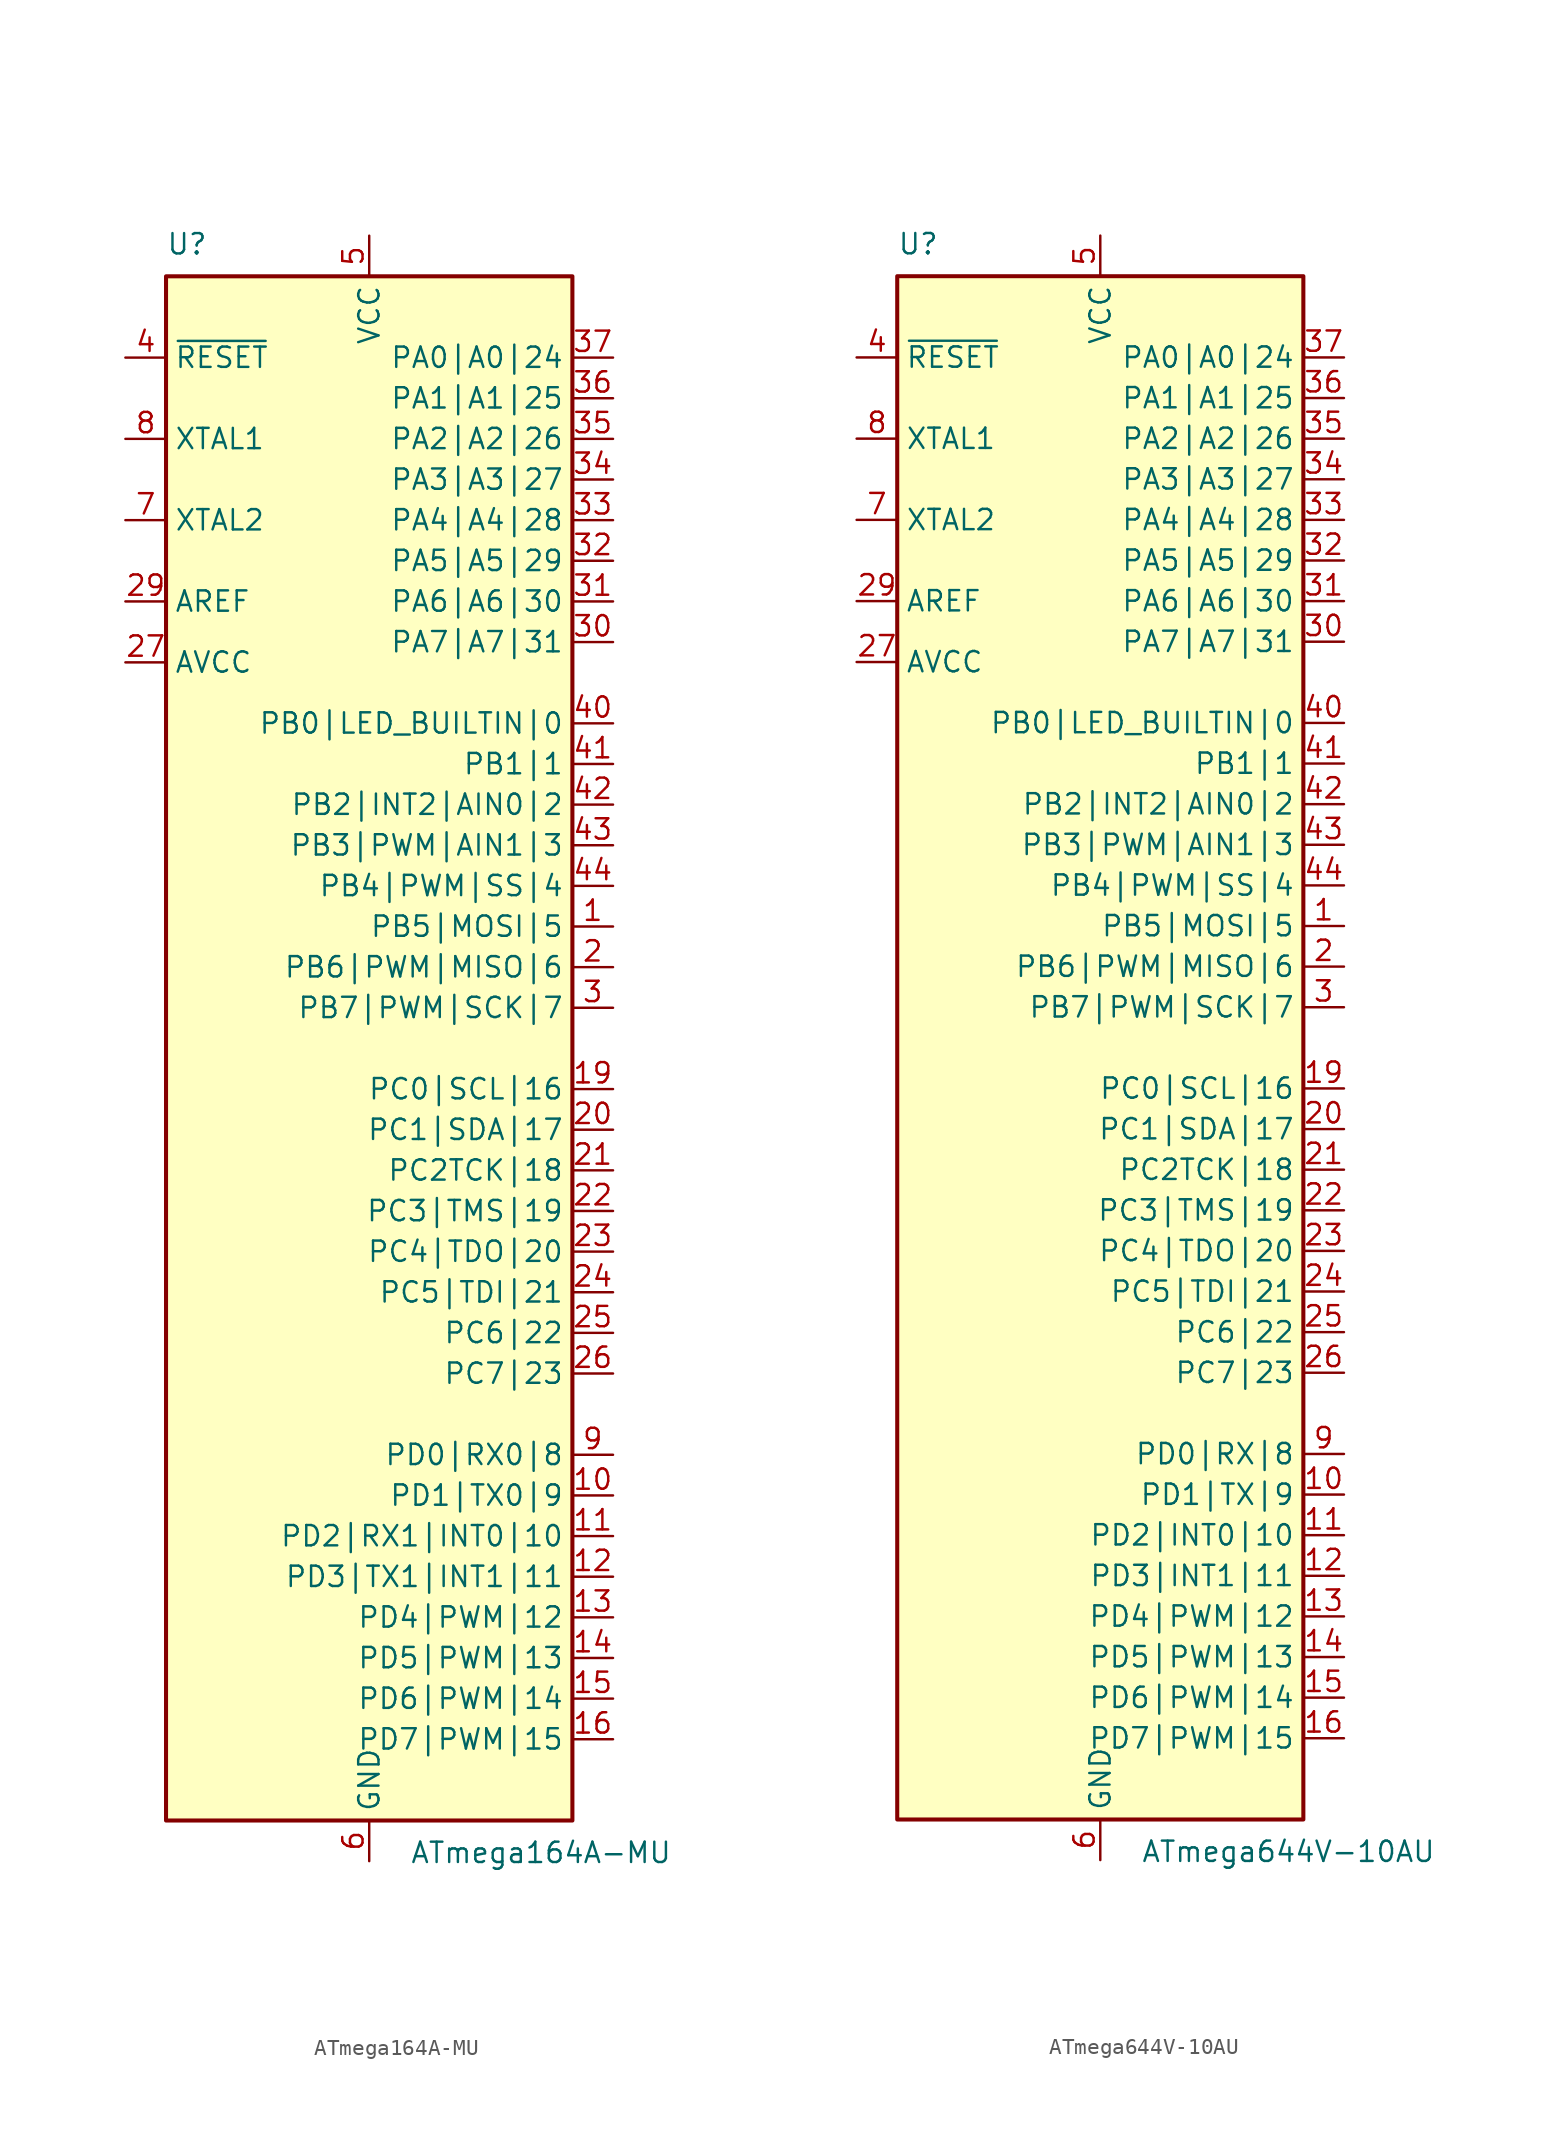
<source format=kicad_sym>
(kicad_symbol_lib
  (version 20241209)
  (generator "kicad_symbol_editor")
  (generator_version "9.0")
  (symbol "ATmega164A-MU"
    (property "Reference" "U"
      (at -12.7 49.53 0)
      (effects (font (size 1.27 1.27)) (justify left bottom)))
    (property "Value" "ATmega164A-MU"
      (at 2.54 -49.53 0)
      (effects (font (size 1.27 1.27)) (justify left top)))
    (symbol "ATmega164A-MU_1_1"
      (rectangle (start -12.7 -48.26) (end 12.7 48.26) (stroke (width 0.254) (type solid)) (fill (type background)))
      (pin input line (at -15.24 43.18 0) (length 2.54) (name "~{RESET}" (effects (font (size 1.27 1.27)))) (number "4" (effects (font (size 1.27 1.27)))))
      (pin input line (at -15.24 38.1 0) (length 2.54) (name "XTAL1" (effects (font (size 1.27 1.27)))) (number "8" (effects (font (size 1.27 1.27)))))
      (pin output line (at -15.24 33.02 0) (length 2.54) (name "XTAL2" (effects (font (size 1.27 1.27)))) (number "7" (effects (font (size 1.27 1.27)))))
      (pin passive line (at -15.24 27.94 0) (length 2.54) (name "AREF" (effects (font (size 1.27 1.27)))) (number "29" (effects (font (size 1.27 1.27)))))
      (pin power_in line (at -15.24 24.13 0) (length 2.54) (name "AVCC" (effects (font (size 1.27 1.27)))) (number "27" (effects (font (size 1.27 1.27)))))
      (pin passive line (at 0 50.8 270) (length 2.54) (hide yes) (name "VCC" (effects (font (size 1.27 1.27)))) (number "17" (effects (font (size 1.27 1.27)))))
      (pin passive line (at 0 50.8 270) (length 2.54) (hide yes) (name "VCC" (effects (font (size 1.27 1.27)))) (number "38" (effects (font (size 1.27 1.27)))))
      (pin power_in line (at 0 50.8 270) (length 2.54) (name "VCC" (effects (font (size 1.27 1.27)))) (number "5" (effects (font (size 1.27 1.27)))))
      (pin passive line (at 0 -50.8 90) (length 2.54) (hide yes) (name "GND" (effects (font (size 1.27 1.27)))) (number "18" (effects (font (size 1.27 1.27)))))
      (pin passive line (at 0 -50.8 90) (length 2.54) (hide yes) (name "GND" (effects (font (size 1.27 1.27)))) (number "28" (effects (font (size 1.27 1.27)))))
      (pin passive line (at 0 -50.8 90) (length 2.54) (hide yes) (name "GND" (effects (font (size 1.27 1.27)))) (number "39" (effects (font (size 1.27 1.27)))))
      (pin passive line (at 0 -50.8 90) (length 2.54) (hide yes) (name "GND" (effects (font (size 1.27 1.27)))) (number "45" (effects (font (size 1.27 1.27)))))
      (pin power_in line (at 0 -50.8 90) (length 2.54) (name "GND" (effects (font (size 1.27 1.27)))) (number "6" (effects (font (size 1.27 1.27)))))
      (pin bidirectional line (at 15.24 43.18 180) (length 2.54) (name "PA0|A0|24" (effects (font (size 1.27 1.27)))) (number "37" (effects (font (size 1.27 1.27)))))
      (pin bidirectional line (at 15.24 40.64 180) (length 2.54) (name "PA1|A1|25" (effects (font (size 1.27 1.27)))) (number "36" (effects (font (size 1.27 1.27)))))
      (pin bidirectional line (at 15.24 38.1 180) (length 2.54) (name "PA2|A2|26" (effects (font (size 1.27 1.27)))) (number "35" (effects (font (size 1.27 1.27)))))
      (pin bidirectional line (at 15.24 35.56 180) (length 2.54) (name "PA3|A3|27" (effects (font (size 1.27 1.27)))) (number "34" (effects (font (size 1.27 1.27)))))
      (pin bidirectional line (at 15.24 33.02 180) (length 2.54) (name "PA4|A4|28" (effects (font (size 1.27 1.27)))) (number "33" (effects (font (size 1.27 1.27)))))
      (pin bidirectional line (at 15.24 30.48 180) (length 2.54) (name "PA5|A5|29" (effects (font (size 1.27 1.27)))) (number "32" (effects (font (size 1.27 1.27)))))
      (pin bidirectional line (at 15.24 27.94 180) (length 2.54) (name "PA6|A6|30" (effects (font (size 1.27 1.27)))) (number "31" (effects (font (size 1.27 1.27)))))
      (pin bidirectional line (at 15.24 25.4 180) (length 2.54) (name "PA7|A7|31" (effects (font (size 1.27 1.27)))) (number "30" (effects (font (size 1.27 1.27)))))
      (pin bidirectional line (at 15.24 20.32 180) (length 2.54) (name "PB0|LED_BUILTIN|0" (effects (font (size 1.27 1.27)))) (number "40" (effects (font (size 1.27 1.27)))))
      (pin bidirectional line (at 15.24 17.78 180) (length 2.54) (name "PB1|1" (effects (font (size 1.27 1.27)))) (number "41" (effects (font (size 1.27 1.27)))))
      (pin bidirectional line (at 15.24 15.24 180) (length 2.54) (name "PB2|INT2|AIN0|2" (effects (font (size 1.27 1.27)))) (number "42" (effects (font (size 1.27 1.27)))))
      (pin bidirectional line (at 15.24 12.7 180) (length 2.54) (name "PB3|PWM|AIN1|3" (effects (font (size 1.27 1.27)))) (number "43" (effects (font (size 1.27 1.27)))))
      (pin bidirectional line (at 15.24 10.16 180) (length 2.54) (name "PB4|PWM|SS|4" (effects (font (size 1.27 1.27)))) (number "44" (effects (font (size 1.27 1.27)))))
      (pin bidirectional line (at 15.24 7.62 180) (length 2.54) (name "PB5|MOSI|5" (effects (font (size 1.27 1.27)))) (number "1" (effects (font (size 1.27 1.27)))))
      (pin bidirectional line (at 15.24 5.08 180) (length 2.54) (name "PB6|PWM|MISO|6" (effects (font (size 1.27 1.27)))) (number "2" (effects (font (size 1.27 1.27)))))
      (pin bidirectional line (at 15.24 2.54 180) (length 2.54) (name "PB7|PWM|SCK|7" (effects (font (size 1.27 1.27)))) (number "3" (effects (font (size 1.27 1.27)))))
      (pin bidirectional line (at 15.24 -2.54 180) (length 2.54) (name "PC0|SCL|16" (effects (font (size 1.27 1.27)))) (number "19" (effects (font (size 1.27 1.27)))))
      (pin bidirectional line (at 15.24 -5.08 180) (length 2.54) (name "PC1|SDA|17" (effects (font (size 1.27 1.27)))) (number "20" (effects (font (size 1.27 1.27)))))
      (pin bidirectional line (at 15.24 -7.62 180) (length 2.54) (name "PC2TCK|18" (effects (font (size 1.27 1.27)))) (number "21" (effects (font (size 1.27 1.27)))))
      (pin bidirectional line (at 15.24 -10.16 180) (length 2.54) (name "PC3|TMS|19" (effects (font (size 1.27 1.27)))) (number "22" (effects (font (size 1.27 1.27)))))
      (pin bidirectional line (at 15.24 -12.7 180) (length 2.54) (name "PC4|TDO|20" (effects (font (size 1.27 1.27)))) (number "23" (effects (font (size 1.27 1.27)))))
      (pin bidirectional line (at 15.24 -15.24 180) (length 2.54) (name "PC5|TDI|21" (effects (font (size 1.27 1.27)))) (number "24" (effects (font (size 1.27 1.27)))))
      (pin bidirectional line (at 15.24 -17.78 180) (length 2.54) (name "PC6|22" (effects (font (size 1.27 1.27)))) (number "25" (effects (font (size 1.27 1.27)))))
      (pin bidirectional line (at 15.24 -20.32 180) (length 2.54) (name "PC7|23" (effects (font (size 1.27 1.27)))) (number "26" (effects (font (size 1.27 1.27)))))
      (pin bidirectional line (at 15.24 -25.4 180) (length 2.54) (name "PD0|RX0|8" (effects (font (size 1.27 1.27)))) (number "9" (effects (font (size 1.27 1.27)))))
      (pin bidirectional line (at 15.24 -27.94 180) (length 2.54) (name "PD1|TX0|9" (effects (font (size 1.27 1.27)))) (number "10" (effects (font (size 1.27 1.27)))))
      (pin bidirectional line (at 15.24 -30.48 180) (length 2.54) (name "PD2|RX1|INT0|10" (effects (font (size 1.27 1.27)))) (number "11" (effects (font (size 1.27 1.27)))))
      (pin bidirectional line (at 15.24 -33.02 180) (length 2.54) (name "PD3|TX1|INT1|11" (effects (font (size 1.27 1.27)))) (number "12" (effects (font (size 1.27 1.27)))))
      (pin bidirectional line (at 15.24 -35.56 180) (length 2.54) (name "PD4|PWM|12" (effects (font (size 1.27 1.27)))) (number "13" (effects (font (size 1.27 1.27)))))
      (pin bidirectional line (at 15.24 -38.1 180) (length 2.54) (name "PD5|PWM|13" (effects (font (size 1.27 1.27)))) (number "14" (effects (font (size 1.27 1.27)))))
      (pin bidirectional line (at 15.24 -40.64 180) (length 2.54) (name "PD6|PWM|14" (effects (font (size 1.27 1.27)))) (number "15" (effects (font (size 1.27 1.27)))))
      (pin bidirectional line (at 15.24 -43.18 180) (length 2.54) (name "PD7|PWM|15" (effects (font (size 1.27 1.27)))) (number "16" (effects (font (size 1.27 1.27)))))))
  (symbol "ATmega644V-10AU"
    (property "Reference" "U"
      (at -12.7 49.53 0)
      (effects (font (size 1.27 1.27)) (justify left bottom)))
    (property "Value" "ATmega644V-10AU"
      (at 2.54 -49.53 0)
      (effects (font (size 1.27 1.27)) (justify left top)))
    (symbol "ATmega644V-10AU_0_1"
      (rectangle (start -12.7 -48.26) (end 12.7 48.26) (stroke (width 0.254) (type solid)) (fill (type background))))
    (symbol "ATmega644V-10AU_1_1"
      (pin input line (at -15.24 43.18 0) (length 2.54) (name "~{RESET}" (effects (font (size 1.27 1.27)))) (number "4" (effects (font (size 1.27 1.27)))))
      (pin input line (at -15.24 38.1 0) (length 2.54) (name "XTAL1" (effects (font (size 1.27 1.27)))) (number "8" (effects (font (size 1.27 1.27)))))
      (pin output line (at -15.24 33.02 0) (length 2.54) (name "XTAL2" (effects (font (size 1.27 1.27)))) (number "7" (effects (font (size 1.27 1.27)))))
      (pin passive line (at -15.24 27.94 0) (length 2.54) (name "AREF" (effects (font (size 1.27 1.27)))) (number "29" (effects (font (size 1.27 1.27)))))
      (pin power_in line (at -15.24 24.13 0) (length 2.54) (name "AVCC" (effects (font (size 1.27 1.27)))) (number "27" (effects (font (size 1.27 1.27)))))
      (pin passive line (at 0 50.8 270) (length 2.54) (hide yes) (name "VCC" (effects (font (size 1.27 1.27)))) (number "17" (effects (font (size 1.27 1.27)))))
      (pin passive line (at 0 50.8 270) (length 2.54) (hide yes) (name "VCC" (effects (font (size 1.27 1.27)))) (number "38" (effects (font (size 1.27 1.27)))))
      (pin power_in line (at 0 50.8 270) (length 2.54) (name "VCC" (effects (font (size 1.27 1.27)))) (number "5" (effects (font (size 1.27 1.27)))))
      (pin passive line (at 0 -50.8 90) (length 2.54) (hide yes) (name "GND" (effects (font (size 1.27 1.27)))) (number "18" (effects (font (size 1.27 1.27)))))
      (pin passive line (at 0 -50.8 90) (length 2.54) (hide yes) (name "GND" (effects (font (size 1.27 1.27)))) (number "28" (effects (font (size 1.27 1.27)))))
      (pin passive line (at 0 -50.8 90) (length 2.54) (hide yes) (name "GND" (effects (font (size 1.27 1.27)))) (number "39" (effects (font (size 1.27 1.27)))))
      (pin power_in line (at 0 -50.8 90) (length 2.54) (name "GND" (effects (font (size 1.27 1.27)))) (number "6" (effects (font (size 1.27 1.27)))))
      (pin bidirectional line (at 15.24 43.18 180) (length 2.54) (name "PA0|A0|24" (effects (font (size 1.27 1.27)))) (number "37" (effects (font (size 1.27 1.27)))))
      (pin bidirectional line (at 15.24 40.64 180) (length 2.54) (name "PA1|A1|25" (effects (font (size 1.27 1.27)))) (number "36" (effects (font (size 1.27 1.27)))))
      (pin bidirectional line (at 15.24 38.1 180) (length 2.54) (name "PA2|A2|26" (effects (font (size 1.27 1.27)))) (number "35" (effects (font (size 1.27 1.27)))))
      (pin bidirectional line (at 15.24 35.56 180) (length 2.54) (name "PA3|A3|27" (effects (font (size 1.27 1.27)))) (number "34" (effects (font (size 1.27 1.27)))))
      (pin bidirectional line (at 15.24 33.02 180) (length 2.54) (name "PA4|A4|28" (effects (font (size 1.27 1.27)))) (number "33" (effects (font (size 1.27 1.27)))))
      (pin bidirectional line (at 15.24 30.48 180) (length 2.54) (name "PA5|A5|29" (effects (font (size 1.27 1.27)))) (number "32" (effects (font (size 1.27 1.27)))))
      (pin bidirectional line (at 15.24 27.94 180) (length 2.54) (name "PA6|A6|30" (effects (font (size 1.27 1.27)))) (number "31" (effects (font (size 1.27 1.27)))))
      (pin bidirectional line (at 15.24 25.4 180) (length 2.54) (name "PA7|A7|31" (effects (font (size 1.27 1.27)))) (number "30" (effects (font (size 1.27 1.27)))))
      (pin bidirectional line (at 15.24 20.32 180) (length 2.54) (name "PB0|LED_BUILTIN|0" (effects (font (size 1.27 1.27)))) (number "40" (effects (font (size 1.27 1.27)))))
      (pin bidirectional line (at 15.24 17.78 180) (length 2.54) (name "PB1|1" (effects (font (size 1.27 1.27)))) (number "41" (effects (font (size 1.27 1.27)))))
      (pin bidirectional line (at 15.24 15.24 180) (length 2.54) (name "PB2|INT2|AIN0|2" (effects (font (size 1.27 1.27)))) (number "42" (effects (font (size 1.27 1.27)))))
      (pin bidirectional line (at 15.24 12.7 180) (length 2.54) (name "PB3|PWM|AIN1|3" (effects (font (size 1.27 1.27)))) (number "43" (effects (font (size 1.27 1.27)))))
      (pin bidirectional line (at 15.24 10.16 180) (length 2.54) (name "PB4|PWM|SS|4" (effects (font (size 1.27 1.27)))) (number "44" (effects (font (size 1.27 1.27)))))
      (pin bidirectional line (at 15.24 7.62 180) (length 2.54) (name "PB5|MOSI|5" (effects (font (size 1.27 1.27)))) (number "1" (effects (font (size 1.27 1.27)))))
      (pin bidirectional line (at 15.24 5.08 180) (length 2.54) (name "PB6|PWM|MISO|6" (effects (font (size 1.27 1.27)))) (number "2" (effects (font (size 1.27 1.27)))))
      (pin bidirectional line (at 15.24 2.54 180) (length 2.54) (name "PB7|PWM|SCK|7" (effects (font (size 1.27 1.27)))) (number "3" (effects (font (size 1.27 1.27)))))
      (pin bidirectional line (at 15.24 -2.54 180) (length 2.54) (name "PC0|SCL|16" (effects (font (size 1.27 1.27)))) (number "19" (effects (font (size 1.27 1.27)))))
      (pin bidirectional line (at 15.24 -5.08 180) (length 2.54) (name "PC1|SDA|17" (effects (font (size 1.27 1.27)))) (number "20" (effects (font (size 1.27 1.27)))))
      (pin bidirectional line (at 15.24 -7.62 180) (length 2.54) (name "PC2TCK|18" (effects (font (size 1.27 1.27)))) (number "21" (effects (font (size 1.27 1.27)))))
      (pin bidirectional line (at 15.24 -10.16 180) (length 2.54) (name "PC3|TMS|19" (effects (font (size 1.27 1.27)))) (number "22" (effects (font (size 1.27 1.27)))))
      (pin bidirectional line (at 15.24 -12.7 180) (length 2.54) (name "PC4|TDO|20" (effects (font (size 1.27 1.27)))) (number "23" (effects (font (size 1.27 1.27)))))
      (pin bidirectional line (at 15.24 -15.24 180) (length 2.54) (name "PC5|TDI|21" (effects (font (size 1.27 1.27)))) (number "24" (effects (font (size 1.27 1.27)))))
      (pin bidirectional line (at 15.24 -17.78 180) (length 2.54) (name "PC6|22" (effects (font (size 1.27 1.27)))) (number "25" (effects (font (size 1.27 1.27)))))
      (pin bidirectional line (at 15.24 -20.32 180) (length 2.54) (name "PC7|23" (effects (font (size 1.27 1.27)))) (number "26" (effects (font (size 1.27 1.27)))))
      (pin bidirectional line (at 15.24 -25.4 180) (length 2.54) (name "PD0|RX|8" (effects (font (size 1.27 1.27)))) (number "9" (effects (font (size 1.27 1.27)))))
      (pin bidirectional line (at 15.24 -27.94 180) (length 2.54) (name "PD1|TX|9" (effects (font (size 1.27 1.27)))) (number "10" (effects (font (size 1.27 1.27)))))
      (pin bidirectional line (at 15.24 -30.48 180) (length 2.54) (name "PD2|INT0|10" (effects (font (size 1.27 1.27)))) (number "11" (effects (font (size 1.27 1.27)))))
      (pin bidirectional line (at 15.24 -33.02 180) (length 2.54) (name "PD3|INT1|11" (effects (font (size 1.27 1.27)))) (number "12" (effects (font (size 1.27 1.27)))))
      (pin bidirectional line (at 15.24 -35.56 180) (length 2.54) (name "PD4|PWM|12" (effects (font (size 1.27 1.27)))) (number "13" (effects (font (size 1.27 1.27)))))
      (pin bidirectional line (at 15.24 -38.1 180) (length 2.54) (name "PD5|PWM|13" (effects (font (size 1.27 1.27)))) (number "14" (effects (font (size 1.27 1.27)))))
      (pin bidirectional line (at 15.24 -40.64 180) (length 2.54) (name "PD6|PWM|14" (effects (font (size 1.27 1.27)))) (number "15" (effects (font (size 1.27 1.27)))))
      (pin bidirectional line (at 15.24 -43.18 180) (length 2.54) (name "PD7|PWM|15" (effects (font (size 1.27 1.27)))) (number "16" (effects (font (size 1.27 1.27))))))))
</source>
